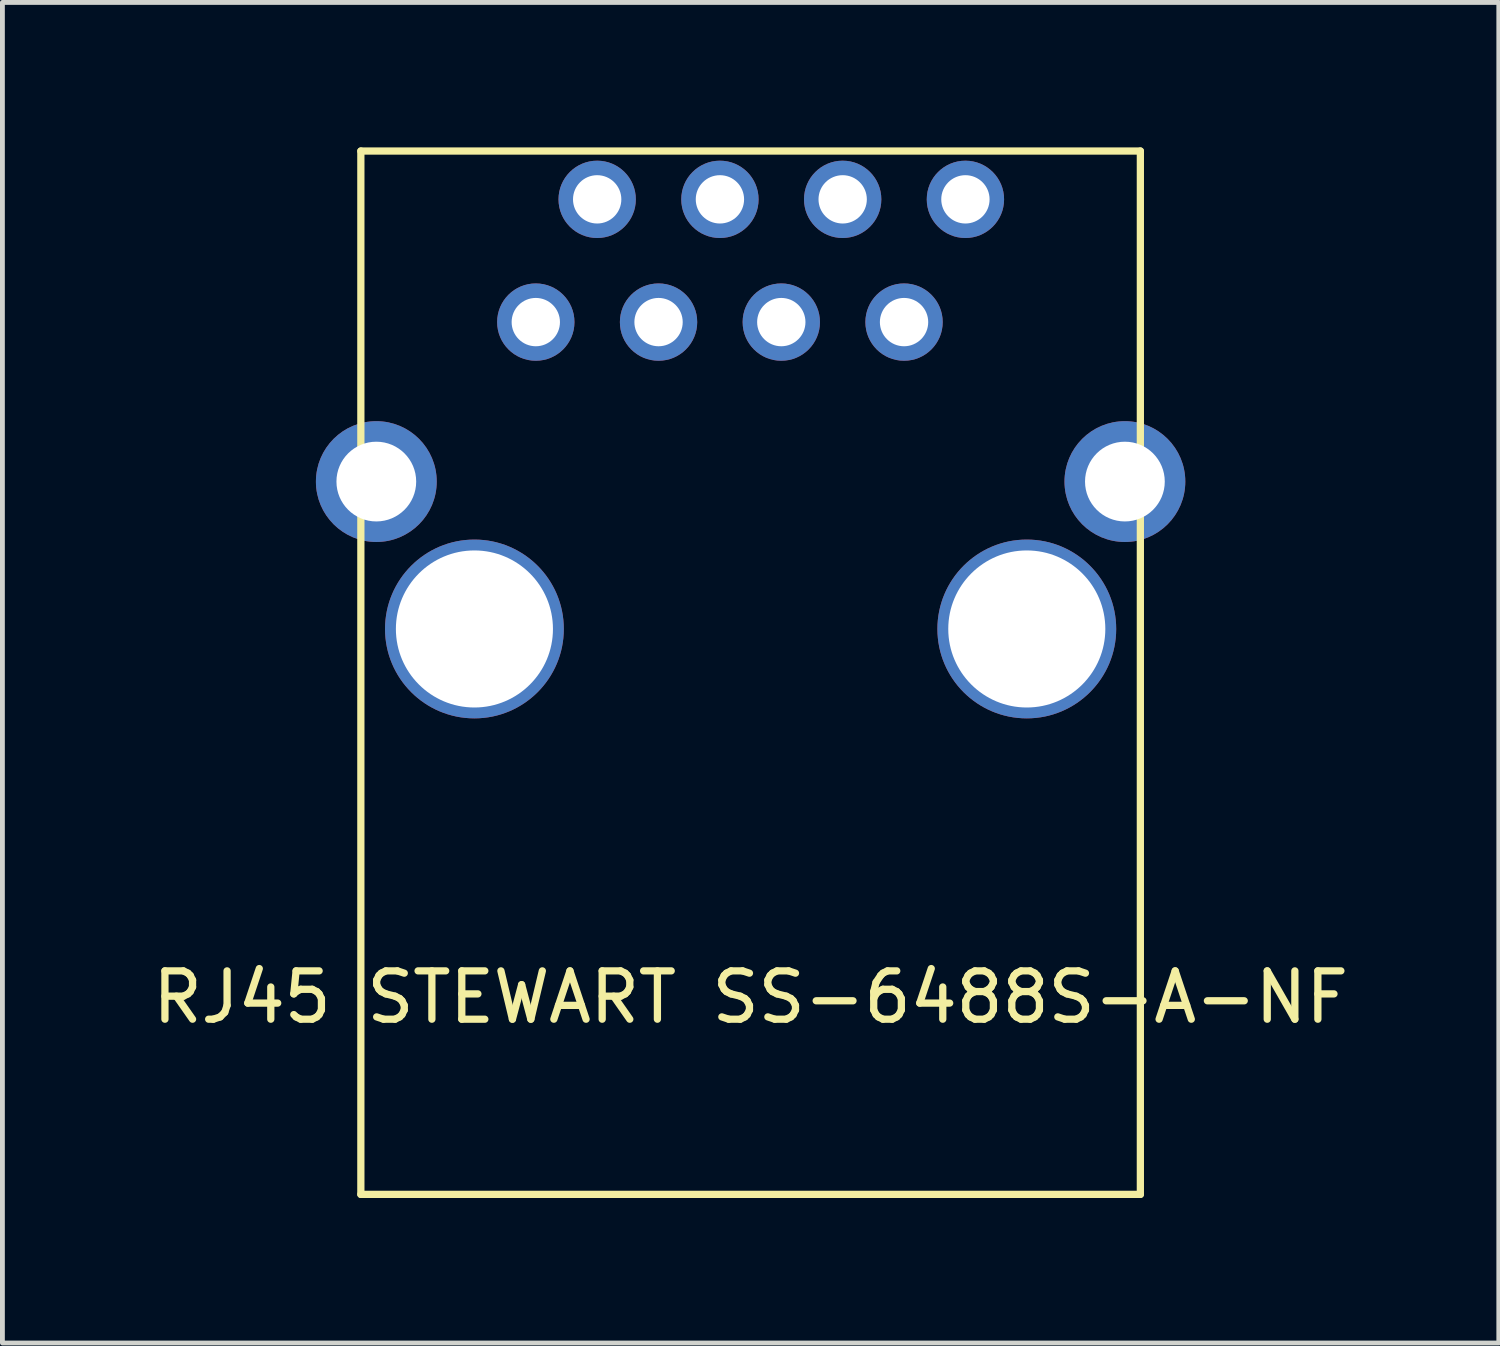
<source format=kicad_pcb>
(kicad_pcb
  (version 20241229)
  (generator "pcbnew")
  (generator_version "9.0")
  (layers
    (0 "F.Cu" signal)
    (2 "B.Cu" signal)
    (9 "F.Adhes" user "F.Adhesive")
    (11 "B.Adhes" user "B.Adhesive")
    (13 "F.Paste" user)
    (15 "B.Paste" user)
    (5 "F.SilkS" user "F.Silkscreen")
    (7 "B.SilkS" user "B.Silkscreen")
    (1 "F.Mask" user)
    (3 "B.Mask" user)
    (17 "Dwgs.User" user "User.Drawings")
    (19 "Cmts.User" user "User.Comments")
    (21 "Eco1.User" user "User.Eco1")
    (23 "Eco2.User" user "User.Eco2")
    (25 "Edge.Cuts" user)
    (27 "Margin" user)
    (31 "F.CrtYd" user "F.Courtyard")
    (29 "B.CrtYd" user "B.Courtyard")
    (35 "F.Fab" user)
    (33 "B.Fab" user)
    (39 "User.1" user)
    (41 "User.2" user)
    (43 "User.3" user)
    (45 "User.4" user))
  (footprint "RJ45 STEWART SS-6488S-A-NF"
    (layer "F.Cu")
    (at 12.482 9.965)
    (property "Reference" "RJ45 STEWART SS-6488S-A-NF" (at 0 7.62 0) (layer "F.SilkS") (effects (font (size 1 1) (thickness 0.15))))
    (attr through_hole)
    (fp_line (start -8.065 -9.89) (end -8.065 11.7) (stroke (width 0.15) (type solid)) (layer "F.SilkS"))
    (fp_line (start -8.065 -9.89) (end 8.065 -9.89) (stroke (width 0.15) (type solid)) (layer "F.SilkS"))
    (fp_line (start -8.065 11.7) (end 8.065 11.7) (stroke (width 0.15) (type solid)) (layer "F.SilkS"))
    (fp_line (start 8.065 -9.89) (end 8.065 11.7) (stroke (width 0.15) (type solid)) (layer "F.SilkS"))
    (pad "1" thru_hole circle (at -4.445 -6.35) (size 1.6 1.6) (drill 1) (layers "*.Cu" "*.Mask"))
    (pad "2" thru_hole circle (at -3.175 -8.89) (size 1.6 1.6) (drill 1) (layers "*.Cu" "*.Mask"))
    (pad "3" thru_hole circle (at -1.905 -6.35) (size 1.6 1.6) (drill 1) (layers "*.Cu" "*.Mask"))
    (pad "4" thru_hole circle (at -0.635 -8.89) (size 1.6 1.6) (drill 1) (layers "*.Cu" "*.Mask"))
    (pad "5" thru_hole circle (at 0.635 -6.35) (size 1.6 1.6) (drill 1) (layers "*.Cu" "*.Mask"))
    (pad "6" thru_hole circle (at 1.905 -8.89) (size 1.6 1.6) (drill 1) (layers "*.Cu" "*.Mask"))
    (pad "7" thru_hole circle (at 3.175 -6.35) (size 1.6 1.6) (drill 1) (layers "*.Cu" "*.Mask"))
    (pad "8" thru_hole circle (at 4.445 -8.89) (size 1.6 1.6) (drill 1) (layers "*.Cu" "*.Mask"))
    (pad "9" thru_hole circle (at -7.745 -3.05) (size 2.5 2.5) (drill 1.65) (layers "*.Cu" "*.Mask"))
    (pad "9" thru_hole circle (at -5.715 0) (size 3.7 3.7) (drill 3.25) (layers "*.Cu" "*.Mask"))
    (pad "9" thru_hole circle (at 5.715 0) (size 3.7 3.7) (drill 3.25) (layers "*.Cu" "*.Mask"))
    (pad "9" thru_hole circle (at 7.745 -3.05) (size 2.5 2.5) (drill 1.65) (layers "*.Cu" "*.Mask")))
  (gr_rect
    (start -3 -3)
    (end 27.964 24.74)
    (stroke (width 0.1) (type default))
    (fill no)
    (layer "Edge.Cuts")))
</source>
